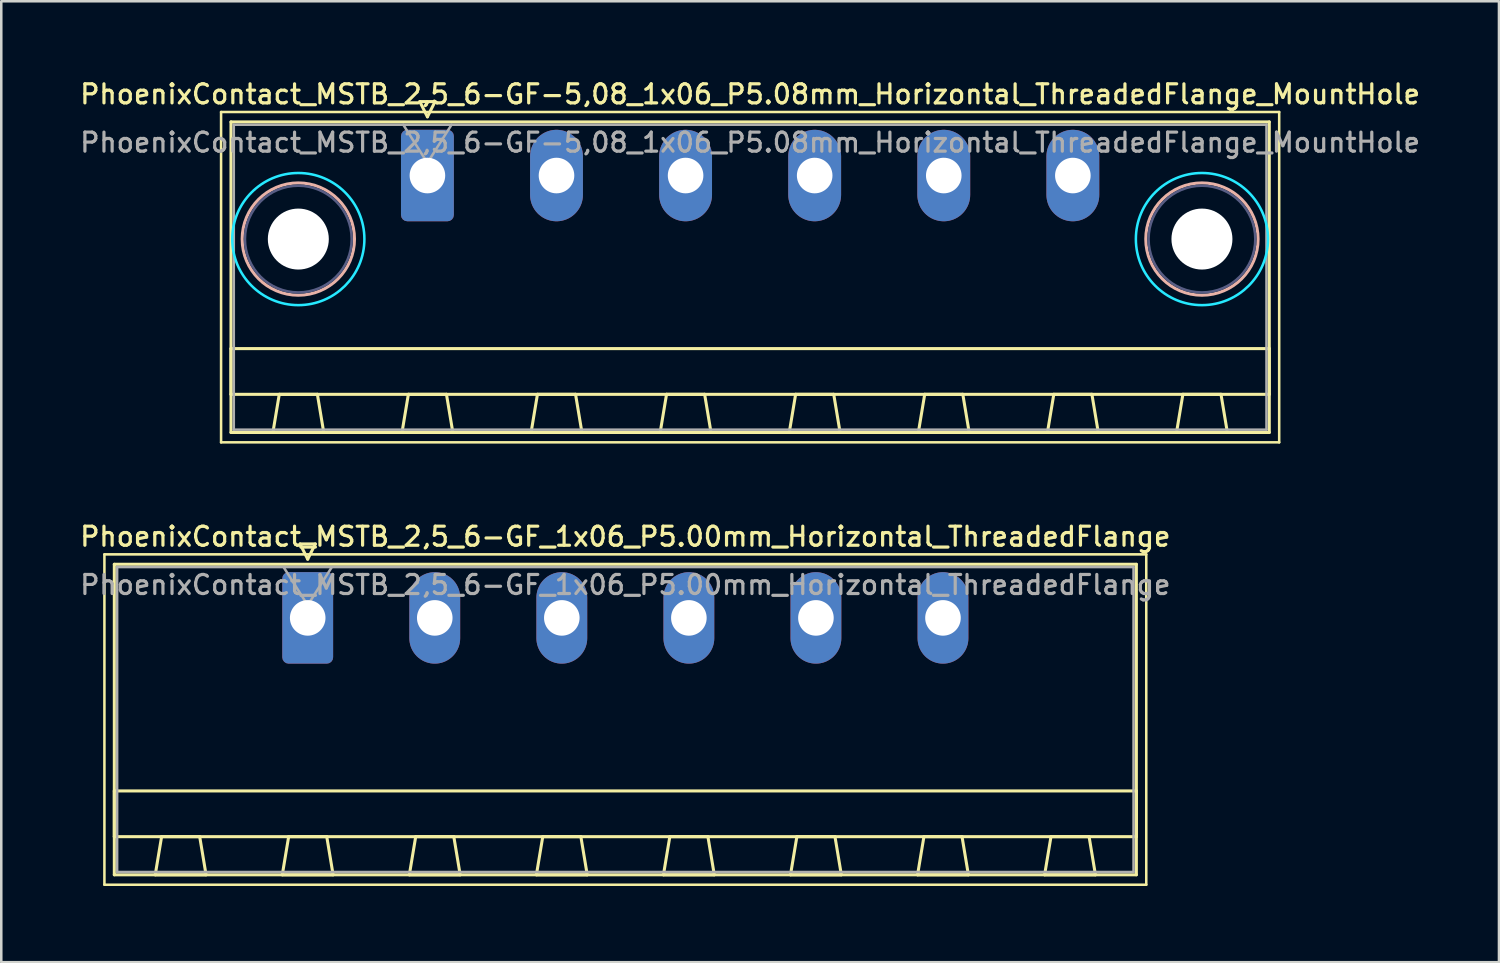
<source format=kicad_pcb>
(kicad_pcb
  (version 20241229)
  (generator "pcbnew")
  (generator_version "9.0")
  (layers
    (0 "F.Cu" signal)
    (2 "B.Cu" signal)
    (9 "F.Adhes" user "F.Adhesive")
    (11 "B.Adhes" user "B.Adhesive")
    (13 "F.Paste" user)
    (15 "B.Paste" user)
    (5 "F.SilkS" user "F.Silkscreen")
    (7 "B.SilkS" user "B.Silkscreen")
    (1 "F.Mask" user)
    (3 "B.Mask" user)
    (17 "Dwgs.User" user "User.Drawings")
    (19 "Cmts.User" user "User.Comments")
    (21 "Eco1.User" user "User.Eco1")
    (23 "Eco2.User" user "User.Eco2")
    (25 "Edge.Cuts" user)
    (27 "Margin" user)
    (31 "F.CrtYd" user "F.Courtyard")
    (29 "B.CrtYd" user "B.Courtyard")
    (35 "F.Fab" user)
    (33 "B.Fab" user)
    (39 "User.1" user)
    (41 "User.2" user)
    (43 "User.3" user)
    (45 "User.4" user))
  (footprint "PhoenixContact_MSTB_2,5_6-GF_1x06_P5.00mm_Horizontal_ThreadedFlange"
    (layer "F.Cu")
    (at 9.059 21.266)
    (property "Reference" "PhoenixContact_MSTB_2,5_6-GF_1x06_P5.00mm_Horizontal_ThreadedFlange" (at 12.5 -3.2 0) (layer "F.SilkS") (effects (font (size 0.75 0.75) (thickness 0.125))))
    (attr through_hole)
    (fp_line (start -8 -2.5) (end -8 10.5) (stroke (width 0.1) (type solid)) (layer "F.SilkS"))
    (fp_line (start -8 10.5) (end 33 10.5) (stroke (width 0.1) (type solid)) (layer "F.SilkS"))
    (fp_line (start -7.61 -2.11) (end -7.61 10.11) (stroke (width 0.12) (type solid)) (layer "F.SilkS"))
    (fp_line (start -7.61 6.81) (end 32.61 6.81) (stroke (width 0.12) (type solid)) (layer "F.SilkS"))
    (fp_line (start -7.61 8.61) (end -7.61 6.81) (stroke (width 0.12) (type solid)) (layer "F.SilkS"))
    (fp_line (start -7.61 10.11) (end 32.61 10.11) (stroke (width 0.12) (type solid)) (layer "F.SilkS"))
    (fp_line (start -6 10.11) (end -4 10.11) (stroke (width 0.12) (type solid)) (layer "F.SilkS"))
    (fp_line (start -5.75 8.61) (end -6 10.11) (stroke (width 0.12) (type solid)) (layer "F.SilkS"))
    (fp_line (start -4.25 8.61) (end -5.75 8.61) (stroke (width 0.12) (type solid)) (layer "F.SilkS"))
    (fp_line (start -4 10.11) (end -4.25 8.61) (stroke (width 0.12) (type solid)) (layer "F.SilkS"))
    (fp_line (start -1 10.11) (end 1 10.11) (stroke (width 0.12) (type solid)) (layer "F.SilkS"))
    (fp_line (start -0.75 8.61) (end -1 10.11) (stroke (width 0.12) (type solid)) (layer "F.SilkS"))
    (fp_line (start -0.3 -2.91) (end 0.3 -2.91) (stroke (width 0.12) (type solid)) (layer "F.SilkS"))
    (fp_line (start 0 -2.31) (end -0.3 -2.91) (stroke (width 0.12) (type solid)) (layer "F.SilkS"))
    (fp_line (start 0.3 -2.91) (end 0 -2.31) (stroke (width 0.12) (type solid)) (layer "F.SilkS"))
    (fp_line (start 0.75 8.61) (end -0.75 8.61) (stroke (width 0.12) (type solid)) (layer "F.SilkS"))
    (fp_line (start 1 10.11) (end 0.75 8.61) (stroke (width 0.12) (type solid)) (layer "F.SilkS"))
    (fp_line (start 4 10.11) (end 6 10.11) (stroke (width 0.12) (type solid)) (layer "F.SilkS"))
    (fp_line (start 4.25 8.61) (end 4 10.11) (stroke (width 0.12) (type solid)) (layer "F.SilkS"))
    (fp_line (start 5.75 8.61) (end 4.25 8.61) (stroke (width 0.12) (type solid)) (layer "F.SilkS"))
    (fp_line (start 6 10.11) (end 5.75 8.61) (stroke (width 0.12) (type solid)) (layer "F.SilkS"))
    (fp_line (start 9 10.11) (end 11 10.11) (stroke (width 0.12) (type solid)) (layer "F.SilkS"))
    (fp_line (start 9.25 8.61) (end 9 10.11) (stroke (width 0.12) (type solid)) (layer "F.SilkS"))
    (fp_line (start 10.75 8.61) (end 9.25 8.61) (stroke (width 0.12) (type solid)) (layer "F.SilkS"))
    (fp_line (start 11 10.11) (end 10.75 8.61) (stroke (width 0.12) (type solid)) (layer "F.SilkS"))
    (fp_line (start 14 10.11) (end 16 10.11) (stroke (width 0.12) (type solid)) (layer "F.SilkS"))
    (fp_line (start 14.25 8.61) (end 14 10.11) (stroke (width 0.12) (type solid)) (layer "F.SilkS"))
    (fp_line (start 15.75 8.61) (end 14.25 8.61) (stroke (width 0.12) (type solid)) (layer "F.SilkS"))
    (fp_line (start 16 10.11) (end 15.75 8.61) (stroke (width 0.12) (type solid)) (layer "F.SilkS"))
    (fp_line (start 19 10.11) (end 21 10.11) (stroke (width 0.12) (type solid)) (layer "F.SilkS"))
    (fp_line (start 19.25 8.61) (end 19 10.11) (stroke (width 0.12) (type solid)) (layer "F.SilkS"))
    (fp_line (start 20.75 8.61) (end 19.25 8.61) (stroke (width 0.12) (type solid)) (layer "F.SilkS"))
    (fp_line (start 21 10.11) (end 20.75 8.61) (stroke (width 0.12) (type solid)) (layer "F.SilkS"))
    (fp_line (start 24 10.11) (end 26 10.11) (stroke (width 0.12) (type solid)) (layer "F.SilkS"))
    (fp_line (start 24.25 8.61) (end 24 10.11) (stroke (width 0.12) (type solid)) (layer "F.SilkS"))
    (fp_line (start 25.75 8.61) (end 24.25 8.61) (stroke (width 0.12) (type solid)) (layer "F.SilkS"))
    (fp_line (start 26 10.11) (end 25.75 8.61) (stroke (width 0.12) (type solid)) (layer "F.SilkS"))
    (fp_line (start 29 10.11) (end 31 10.11) (stroke (width 0.12) (type solid)) (layer "F.SilkS"))
    (fp_line (start 29.25 8.61) (end 29 10.11) (stroke (width 0.12) (type solid)) (layer "F.SilkS"))
    (fp_line (start 30.75 8.61) (end 29.25 8.61) (stroke (width 0.12) (type solid)) (layer "F.SilkS"))
    (fp_line (start 31 10.11) (end 30.75 8.61) (stroke (width 0.12) (type solid)) (layer "F.SilkS"))
    (fp_line (start 32.61 -2.11) (end -7.61 -2.11) (stroke (width 0.12) (type solid)) (layer "F.SilkS"))
    (fp_line (start 32.61 6.81) (end 32.61 8.61) (stroke (width 0.12) (type solid)) (layer "F.SilkS"))
    (fp_line (start 32.61 8.61) (end -7.61 8.61) (stroke (width 0.12) (type solid)) (layer "F.SilkS"))
    (fp_line (start 32.61 10.11) (end 32.61 -2.11) (stroke (width 0.12) (type solid)) (layer "F.SilkS"))
    (fp_line (start 33 -2.5) (end -8 -2.5) (stroke (width 0.1) (type solid)) (layer "F.SilkS"))
    (fp_line (start 33 10.5) (end 33 -2.5) (stroke (width 0.1) (type solid)) (layer "F.SilkS"))
    (fp_line (start -7.5 -2) (end -7.5 10) (stroke (width 0.1) (type solid)) (layer "F.Fab"))
    (fp_line (start -7.5 10) (end 32.5 10) (stroke (width 0.1) (type solid)) (layer "F.Fab"))
    (fp_line (start 0 -0.5) (end -0.95 -2) (stroke (width 0.1) (type solid)) (layer "F.Fab"))
    (fp_line (start 0.95 -2) (end 0 -0.5) (stroke (width 0.1) (type solid)) (layer "F.Fab"))
    (fp_line (start 32.5 -2) (end -7.5 -2) (stroke (width 0.1) (type solid)) (layer "F.Fab"))
    (fp_line (start 32.5 10) (end 32.5 -2) (stroke (width 0.1) (type solid)) (layer "F.Fab"))
    (fp_text user "${REFERENCE}" (at 12.5 -1.3 0) (layer "F.Fab") (effects (font (size 0.75 0.75) (thickness 0.125))))
    (pad "1" thru_hole roundrect (at 0 0) (size 2 3.6) (drill 1.4) (layers "*.Cu" "*.Mask") (roundrect_rratio 0.125))
    (pad "2" thru_hole oval (at 5 0) (size 2 3.6) (drill 1.4) (layers "*.Cu" "*.Mask"))
    (pad "3" thru_hole oval (at 10 0) (size 2 3.6) (drill 1.4) (layers "*.Cu" "*.Mask"))
    (pad "4" thru_hole oval (at 15 0) (size 2 3.6) (drill 1.4) (layers "*.Cu" "*.Mask"))
    (pad "5" thru_hole oval (at 20 0) (size 2 3.6) (drill 1.4) (layers "*.Cu" "*.Mask"))
    (pad "6" thru_hole oval (at 25 0) (size 2 3.6) (drill 1.4) (layers "*.Cu" "*.Mask")))
  (footprint "PhoenixContact_MSTB_2,5_6-GF-5,08_1x06_P5.08mm_Horizontal_ThreadedFlange_MountHole"
    (layer "F.Cu")
    (at 13.77 3.858)
    (property "Reference" "PhoenixContact_MSTB_2,5_6-GF-5,08_1x06_P5.08mm_Horizontal_ThreadedFlange_MountHole" (at 12.7 -3.2 0) (layer "F.SilkS") (effects (font (size 0.75 0.75) (thickness 0.125))))
    (attr through_hole)
    (fp_line (start -8.12 -2.5) (end -8.12 10.5) (stroke (width 0.1) (type solid)) (layer "F.SilkS"))
    (fp_line (start -8.12 10.5) (end 33.52 10.5) (stroke (width 0.1) (type solid)) (layer "F.SilkS"))
    (fp_line (start -7.73 -2.11) (end -7.73 10.11) (stroke (width 0.12) (type solid)) (layer "F.SilkS"))
    (fp_line (start -7.73 6.81) (end 33.13 6.81) (stroke (width 0.12) (type solid)) (layer "F.SilkS"))
    (fp_line (start -7.73 8.61) (end -7.73 6.81) (stroke (width 0.12) (type solid)) (layer "F.SilkS"))
    (fp_line (start -7.73 10.11) (end 33.13 10.11) (stroke (width 0.12) (type solid)) (layer "F.SilkS"))
    (fp_line (start -6.08 10.11) (end -4.08 10.11) (stroke (width 0.12) (type solid)) (layer "F.SilkS"))
    (fp_line (start -5.83 8.61) (end -6.08 10.11) (stroke (width 0.12) (type solid)) (layer "F.SilkS"))
    (fp_line (start -4.33 8.61) (end -5.83 8.61) (stroke (width 0.12) (type solid)) (layer "F.SilkS"))
    (fp_line (start -4.08 10.11) (end -4.33 8.61) (stroke (width 0.12) (type solid)) (layer "F.SilkS"))
    (fp_line (start -1 10.11) (end 1 10.11) (stroke (width 0.12) (type solid)) (layer "F.SilkS"))
    (fp_line (start -0.75 8.61) (end -1 10.11) (stroke (width 0.12) (type solid)) (layer "F.SilkS"))
    (fp_line (start -0.3 -2.91) (end 0.3 -2.91) (stroke (width 0.12) (type solid)) (layer "F.SilkS"))
    (fp_line (start 0 -2.31) (end -0.3 -2.91) (stroke (width 0.12) (type solid)) (layer "F.SilkS"))
    (fp_line (start 0.3 -2.91) (end 0 -2.31) (stroke (width 0.12) (type solid)) (layer "F.SilkS"))
    (fp_line (start 0.75 8.61) (end -0.75 8.61) (stroke (width 0.12) (type solid)) (layer "F.SilkS"))
    (fp_line (start 1 10.11) (end 0.75 8.61) (stroke (width 0.12) (type solid)) (layer "F.SilkS"))
    (fp_line (start 4.08 10.11) (end 6.08 10.11) (stroke (width 0.12) (type solid)) (layer "F.SilkS"))
    (fp_line (start 4.33 8.61) (end 4.08 10.11) (stroke (width 0.12) (type solid)) (layer "F.SilkS"))
    (fp_line (start 5.83 8.61) (end 4.33 8.61) (stroke (width 0.12) (type solid)) (layer "F.SilkS"))
    (fp_line (start 6.08 10.11) (end 5.83 8.61) (stroke (width 0.12) (type solid)) (layer "F.SilkS"))
    (fp_line (start 9.16 10.11) (end 11.16 10.11) (stroke (width 0.12) (type solid)) (layer "F.SilkS"))
    (fp_line (start 9.41 8.61) (end 9.16 10.11) (stroke (width 0.12) (type solid)) (layer "F.SilkS"))
    (fp_line (start 10.91 8.61) (end 9.41 8.61) (stroke (width 0.12) (type solid)) (layer "F.SilkS"))
    (fp_line (start 11.16 10.11) (end 10.91 8.61) (stroke (width 0.12) (type solid)) (layer "F.SilkS"))
    (fp_line (start 14.24 10.11) (end 16.24 10.11) (stroke (width 0.12) (type solid)) (layer "F.SilkS"))
    (fp_line (start 14.49 8.61) (end 14.24 10.11) (stroke (width 0.12) (type solid)) (layer "F.SilkS"))
    (fp_line (start 15.99 8.61) (end 14.49 8.61) (stroke (width 0.12) (type solid)) (layer "F.SilkS"))
    (fp_line (start 16.24 10.11) (end 15.99 8.61) (stroke (width 0.12) (type solid)) (layer "F.SilkS"))
    (fp_line (start 19.32 10.11) (end 21.32 10.11) (stroke (width 0.12) (type solid)) (layer "F.SilkS"))
    (fp_line (start 19.57 8.61) (end 19.32 10.11) (stroke (width 0.12) (type solid)) (layer "F.SilkS"))
    (fp_line (start 21.07 8.61) (end 19.57 8.61) (stroke (width 0.12) (type solid)) (layer "F.SilkS"))
    (fp_line (start 21.32 10.11) (end 21.07 8.61) (stroke (width 0.12) (type solid)) (layer "F.SilkS"))
    (fp_line (start 24.4 10.11) (end 26.4 10.11) (stroke (width 0.12) (type solid)) (layer "F.SilkS"))
    (fp_line (start 24.65 8.61) (end 24.4 10.11) (stroke (width 0.12) (type solid)) (layer "F.SilkS"))
    (fp_line (start 26.15 8.61) (end 24.65 8.61) (stroke (width 0.12) (type solid)) (layer "F.SilkS"))
    (fp_line (start 26.4 10.11) (end 26.15 8.61) (stroke (width 0.12) (type solid)) (layer "F.SilkS"))
    (fp_line (start 29.48 10.11) (end 31.48 10.11) (stroke (width 0.12) (type solid)) (layer "F.SilkS"))
    (fp_line (start 29.73 8.61) (end 29.48 10.11) (stroke (width 0.12) (type solid)) (layer "F.SilkS"))
    (fp_line (start 31.23 8.61) (end 29.73 8.61) (stroke (width 0.12) (type solid)) (layer "F.SilkS"))
    (fp_line (start 31.48 10.11) (end 31.23 8.61) (stroke (width 0.12) (type solid)) (layer "F.SilkS"))
    (fp_line (start 33.13 -2.11) (end -7.73 -2.11) (stroke (width 0.12) (type solid)) (layer "F.SilkS"))
    (fp_line (start 33.13 6.81) (end 33.13 8.61) (stroke (width 0.12) (type solid)) (layer "F.SilkS"))
    (fp_line (start 33.13 8.61) (end -7.73 8.61) (stroke (width 0.12) (type solid)) (layer "F.SilkS"))
    (fp_line (start 33.13 10.11) (end 33.13 -2.11) (stroke (width 0.12) (type solid)) (layer "F.SilkS"))
    (fp_line (start 33.52 -2.5) (end -8.12 -2.5) (stroke (width 0.1) (type solid)) (layer "F.SilkS"))
    (fp_line (start 33.52 10.5) (end 33.52 -2.5) (stroke (width 0.1) (type solid)) (layer "F.SilkS"))
    (fp_circle (center -5.08 2.5) (end -2.87 2.5) (stroke (width 0.12) (type solid)) (fill no) (layer "B.SilkS"))
    (fp_circle (center 30.48 2.5) (end 32.69 2.5) (stroke (width 0.12) (type solid)) (fill no) (layer "B.SilkS"))
    (fp_circle (center -5.08 2.5) (end -2.48 2.5) (stroke (width 0.1) (type solid)) (fill no) (layer "B.CrtYd"))
    (fp_circle (center 30.48 2.5) (end 33.08 2.5) (stroke (width 0.1) (type solid)) (fill no) (layer "B.CrtYd"))
    (fp_circle (center -5.08 2.5) (end -2.98 2.5) (stroke (width 0.1) (type solid)) (fill no) (layer "B.Fab"))
    (fp_circle (center 30.48 2.5) (end 32.58 2.5) (stroke (width 0.1) (type solid)) (fill no) (layer "B.Fab"))
    (fp_line (start -7.62 -2) (end -7.62 10) (stroke (width 0.1) (type solid)) (layer "F.Fab"))
    (fp_line (start -7.62 10) (end 33.02 10) (stroke (width 0.1) (type solid)) (layer "F.Fab"))
    (fp_line (start 0 -0.5) (end -0.95 -2) (stroke (width 0.1) (type solid)) (layer "F.Fab"))
    (fp_line (start 0.95 -2) (end 0 -0.5) (stroke (width 0.1) (type solid)) (layer "F.Fab"))
    (fp_line (start 33.02 -2) (end -7.62 -2) (stroke (width 0.1) (type solid)) (layer "F.Fab"))
    (fp_line (start 33.02 10) (end 33.02 -2) (stroke (width 0.1) (type solid)) (layer "F.Fab"))
    (fp_text user "${REFERENCE}" (at 12.7 -1.3 0) (layer "F.Fab") (effects (font (size 0.75 0.75) (thickness 0.125))))
    (pad "" np_thru_hole circle (at -5.08 2.5) (size 2.4 2.4) (drill 2.4) (layers "*.Cu" "*.Mask"))
    (pad "" np_thru_hole circle (at 30.48 2.5) (size 2.4 2.4) (drill 2.4) (layers "*.Cu" "*.Mask"))
    (pad "1" thru_hole roundrect (at 0 0) (size 2.08 3.6) (drill 1.4) (layers "*.Cu" "*.Mask") (roundrect_rratio 0.12))
    (pad "2" thru_hole oval (at 5.08 0) (size 2.08 3.6) (drill 1.4) (layers "*.Cu" "*.Mask"))
    (pad "3" thru_hole oval (at 10.16 0) (size 2.08 3.6) (drill 1.4) (layers "*.Cu" "*.Mask"))
    (pad "4" thru_hole oval (at 15.24 0) (size 2.08 3.6) (drill 1.4) (layers "*.Cu" "*.Mask"))
    (pad "5" thru_hole oval (at 20.32 0) (size 2.08 3.6) (drill 1.4) (layers "*.Cu" "*.Mask"))
    (pad "6" thru_hole oval (at 25.4 0) (size 2.08 3.6) (drill 1.4) (layers "*.Cu" "*.Mask")))
  (gr_rect
    (start -3 -3)
    (end 55.939 34.816)
    (stroke (width 0.1) (type default))
    (fill no)
    (layer "Edge.Cuts")))
</source>
